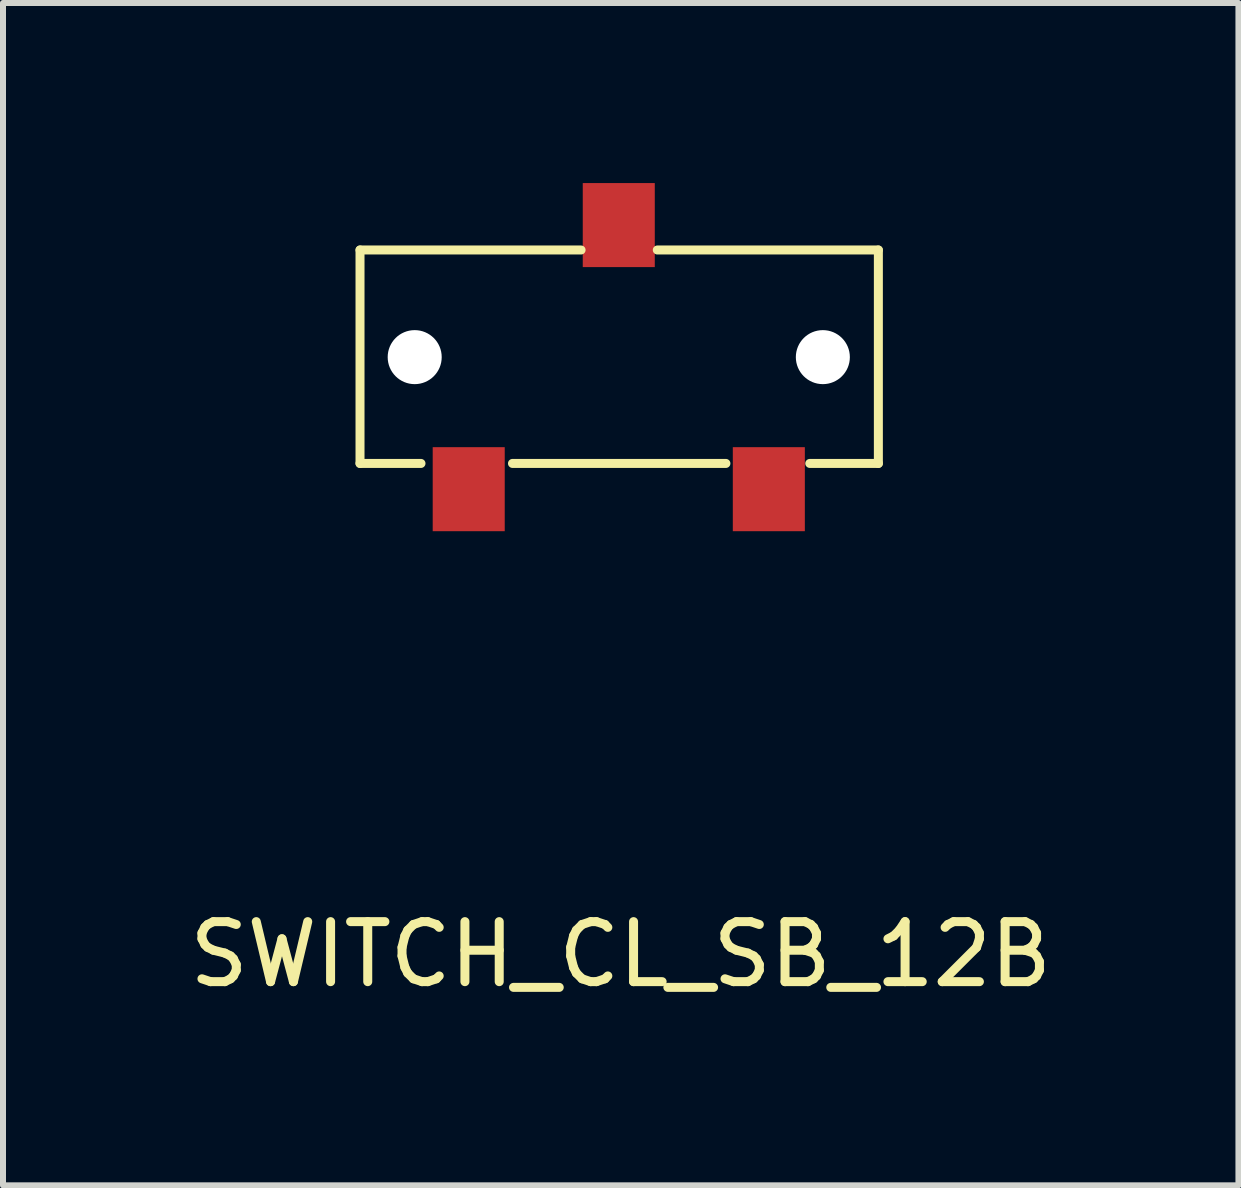
<source format=kicad_pcb>
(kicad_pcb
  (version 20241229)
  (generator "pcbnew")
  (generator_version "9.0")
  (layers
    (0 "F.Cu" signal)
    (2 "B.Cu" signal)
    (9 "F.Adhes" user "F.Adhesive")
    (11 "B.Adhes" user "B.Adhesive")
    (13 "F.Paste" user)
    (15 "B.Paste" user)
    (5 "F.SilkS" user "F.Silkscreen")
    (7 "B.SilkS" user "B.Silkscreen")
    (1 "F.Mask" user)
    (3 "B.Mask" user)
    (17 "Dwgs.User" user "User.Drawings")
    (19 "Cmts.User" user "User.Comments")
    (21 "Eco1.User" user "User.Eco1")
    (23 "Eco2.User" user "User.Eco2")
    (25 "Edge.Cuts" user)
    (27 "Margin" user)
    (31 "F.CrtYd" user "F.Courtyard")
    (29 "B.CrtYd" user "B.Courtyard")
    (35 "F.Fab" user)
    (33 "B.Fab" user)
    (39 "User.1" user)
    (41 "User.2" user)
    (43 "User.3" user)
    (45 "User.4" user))
  (footprint "SWITCH_CL_SB_12B"
    (layer "F.Cu")
    (at 7.266 2.893)
    (property "Reference" "SWITCH_CL_SB_12B" (at 0.025 9.957 0) (layer "F.SilkS") (effects (font (size 1 1) (thickness 0.15))))
    (attr through_hole)
    (fp_line (start -4.318 -1.778) (end -4.318 1.778) (stroke (width 0.15) (type solid)) (layer "F.SilkS"))
    (fp_line (start -4.318 1.778) (end -3.302 1.778) (stroke (width 0.15) (type solid)) (layer "F.SilkS"))
    (fp_line (start -1.778 1.778) (end 1.778 1.778) (stroke (width 0.15) (type solid)) (layer "F.SilkS"))
    (fp_line (start -0.635 -1.778) (end -4.318 -1.778) (stroke (width 0.15) (type solid)) (layer "F.SilkS"))
    (fp_line (start 3.175 1.778) (end 4.318 1.778) (stroke (width 0.15) (type solid)) (layer "F.SilkS"))
    (fp_line (start 4.318 -1.778) (end 0.635 -1.778) (stroke (width 0.15) (type solid)) (layer "F.SilkS"))
    (fp_line (start 4.318 1.778) (end 4.318 -1.778) (stroke (width 0.15) (type solid)) (layer "F.SilkS"))
    (pad "" np_thru_hole circle (at -3.407 0.007) (size 0.9 0.9) (drill 0.9) (layers "*.Cu" "*.Mask"))
    (pad "" np_thru_hole circle (at 3.393 0.007) (size 0.9 0.9) (drill 0.9) (layers "*.Cu" "*.Mask"))
    (pad "1" smd rect (at -2.507 2.207) (size 1.2 1.4) (layers "F.Cu" "F.Mask" "F.Paste"))
    (pad "2" smd rect (at -0.007 -2.193) (size 1.2 1.4) (layers "F.Cu" "F.Mask" "F.Paste"))
    (pad "3" smd rect (at 2.493 2.207) (size 1.2 1.4) (layers "F.Cu" "F.Mask" "F.Paste")))
  (gr_rect
    (start -3 -3)
    (end 17.583 16.698)
    (stroke (width 0.1) (type default))
    (fill no)
    (layer "Edge.Cuts")))
</source>
